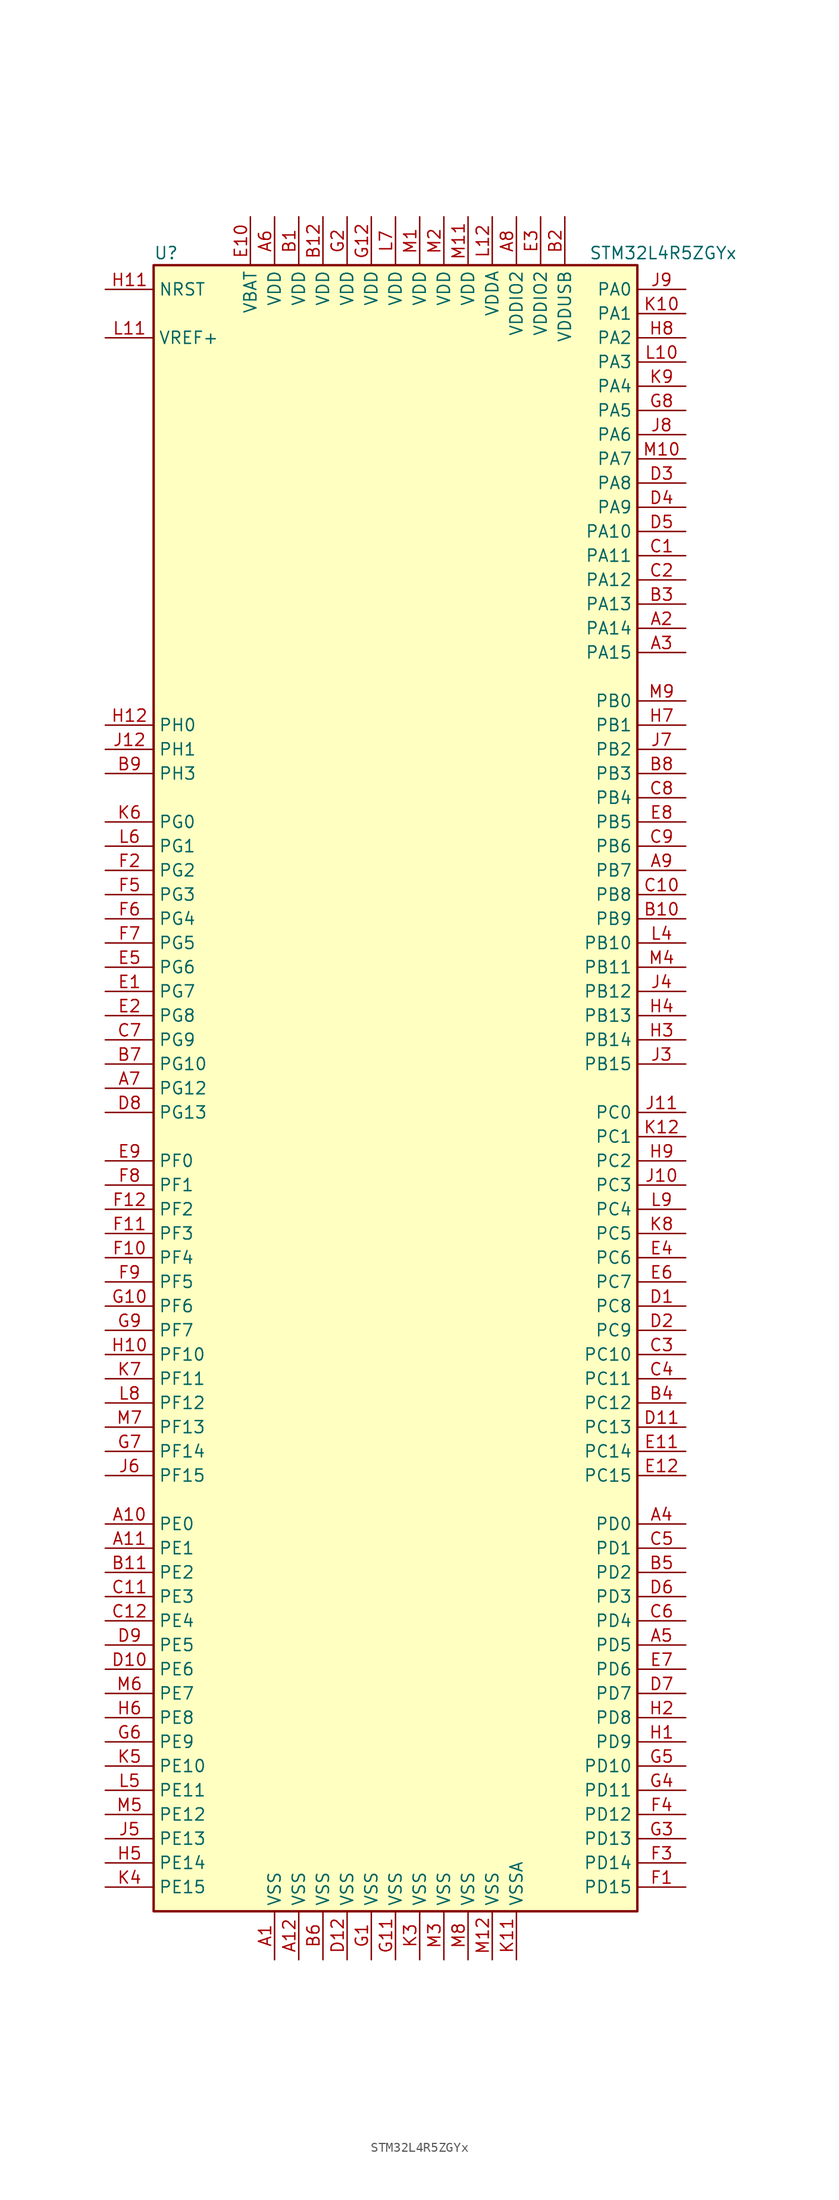
<source format=kicad_sym>
(kicad_symbol_lib
  (version 20200908)
  (generator kicad_symbol_editor)
  (symbol "MCU_ST_STM32L4+:STM32L4R5ZGYx"
    (property "Reference" "U"
      (at -25.4 87.63 0)
      (effects (font (size 1.27 1.27)) (justify left)))
    (property "Value" "STM32L4R5ZGYx"
      (at 20.32 87.63 0)
      (effects (font (size 1.27 1.27)) (justify left)))
    (symbol "STM32L4R5ZGYx_0_1"
      (rectangle (start -25.4 -86.36) (end 25.4 86.36) (stroke (width 0.254)) (fill (type background))))
    (symbol "STM32L4R5ZGYx_1_1"
      (pin unconnected line (at -25.4 -83.82 0) (length 5.08) hide (name "NC" (effects (font (size 1.27 1.27)))) (number "J1" (effects (font (size 1.27 1.27)))))
      (pin unconnected line (at -25.4 -81.28 0) (length 5.08) hide (name "NC" (effects (font (size 1.27 1.27)))) (number "J2" (effects (font (size 1.27 1.27)))))
      (pin unconnected line (at -25.4 -78.74 0) (length 5.08) hide (name "NC" (effects (font (size 1.27 1.27)))) (number "K1" (effects (font (size 1.27 1.27)))))
      (pin unconnected line (at -25.4 -76.2 0) (length 5.08) hide (name "NC" (effects (font (size 1.27 1.27)))) (number "K2" (effects (font (size 1.27 1.27)))))
      (pin unconnected line (at -25.4 -73.66 0) (length 5.08) hide (name "NC" (effects (font (size 1.27 1.27)))) (number "L1" (effects (font (size 1.27 1.27)))))
      (pin unconnected line (at -25.4 -71.12 0) (length 5.08) hide (name "NC" (effects (font (size 1.27 1.27)))) (number "L2" (effects (font (size 1.27 1.27)))))
      (pin unconnected line (at -25.4 -68.58 0) (length 5.08) hide (name "NC" (effects (font (size 1.27 1.27)))) (number "L3" (effects (font (size 1.27 1.27)))))
      (pin input line (at -30.48 83.82 0) (length 5.08) (name "NRST" (effects (font (size 1.27 1.27)))) (number "H11" (effects (font (size 1.27 1.27)))))
      (pin bidirectional line (at 30.48 83.82 180) (length 5.08) (name "PA0" (effects (font (size 1.27 1.27)))) (number "J9" (effects (font (size 1.27 1.27)))))
      (pin bidirectional line (at 30.48 81.28 180) (length 5.08) (name "PA1" (effects (font (size 1.27 1.27)))) (number "K10" (effects (font (size 1.27 1.27)))))
      (pin bidirectional line (at 30.48 58.42 180) (length 5.08) (name "PA10" (effects (font (size 1.27 1.27)))) (number "D5" (effects (font (size 1.27 1.27)))))
      (pin bidirectional line (at 30.48 55.88 180) (length 5.08) (name "PA11" (effects (font (size 1.27 1.27)))) (number "C1" (effects (font (size 1.27 1.27)))))
      (pin bidirectional line (at 30.48 53.34 180) (length 5.08) (name "PA12" (effects (font (size 1.27 1.27)))) (number "C2" (effects (font (size 1.27 1.27)))))
      (pin bidirectional line (at 30.48 50.8 180) (length 5.08) (name "PA13" (effects (font (size 1.27 1.27)))) (number "B3" (effects (font (size 1.27 1.27)))))
      (pin bidirectional line (at 30.48 48.26 180) (length 5.08) (name "PA14" (effects (font (size 1.27 1.27)))) (number "A2" (effects (font (size 1.27 1.27)))))
      (pin bidirectional line (at 30.48 45.72 180) (length 5.08) (name "PA15" (effects (font (size 1.27 1.27)))) (number "A3" (effects (font (size 1.27 1.27)))))
      (pin bidirectional line (at 30.48 78.74 180) (length 5.08) (name "PA2" (effects (font (size 1.27 1.27)))) (number "H8" (effects (font (size 1.27 1.27)))))
      (pin bidirectional line (at 30.48 76.2 180) (length 5.08) (name "PA3" (effects (font (size 1.27 1.27)))) (number "L10" (effects (font (size 1.27 1.27)))))
      (pin bidirectional line (at 30.48 73.66 180) (length 5.08) (name "PA4" (effects (font (size 1.27 1.27)))) (number "K9" (effects (font (size 1.27 1.27)))))
      (pin bidirectional line (at 30.48 71.12 180) (length 5.08) (name "PA5" (effects (font (size 1.27 1.27)))) (number "G8" (effects (font (size 1.27 1.27)))))
      (pin bidirectional line (at 30.48 68.58 180) (length 5.08) (name "PA6" (effects (font (size 1.27 1.27)))) (number "J8" (effects (font (size 1.27 1.27)))))
      (pin bidirectional line (at 30.48 66.04 180) (length 5.08) (name "PA7" (effects (font (size 1.27 1.27)))) (number "M10" (effects (font (size 1.27 1.27)))))
      (pin bidirectional line (at 30.48 63.5 180) (length 5.08) (name "PA8" (effects (font (size 1.27 1.27)))) (number "D3" (effects (font (size 1.27 1.27)))))
      (pin bidirectional line (at 30.48 60.96 180) (length 5.08) (name "PA9" (effects (font (size 1.27 1.27)))) (number "D4" (effects (font (size 1.27 1.27)))))
      (pin bidirectional line (at 30.48 40.64 180) (length 5.08) (name "PB0" (effects (font (size 1.27 1.27)))) (number "M9" (effects (font (size 1.27 1.27)))))
      (pin bidirectional line (at 30.48 38.1 180) (length 5.08) (name "PB1" (effects (font (size 1.27 1.27)))) (number "H7" (effects (font (size 1.27 1.27)))))
      (pin bidirectional line (at 30.48 15.24 180) (length 5.08) (name "PB10" (effects (font (size 1.27 1.27)))) (number "L4" (effects (font (size 1.27 1.27)))))
      (pin bidirectional line (at 30.48 12.7 180) (length 5.08) (name "PB11" (effects (font (size 1.27 1.27)))) (number "M4" (effects (font (size 1.27 1.27)))))
      (pin bidirectional line (at 30.48 10.16 180) (length 5.08) (name "PB12" (effects (font (size 1.27 1.27)))) (number "J4" (effects (font (size 1.27 1.27)))))
      (pin bidirectional line (at 30.48 7.62 180) (length 5.08) (name "PB13" (effects (font (size 1.27 1.27)))) (number "H4" (effects (font (size 1.27 1.27)))))
      (pin bidirectional line (at 30.48 5.08 180) (length 5.08) (name "PB14" (effects (font (size 1.27 1.27)))) (number "H3" (effects (font (size 1.27 1.27)))))
      (pin bidirectional line (at 30.48 2.54 180) (length 5.08) (name "PB15" (effects (font (size 1.27 1.27)))) (number "J3" (effects (font (size 1.27 1.27)))))
      (pin bidirectional line (at 30.48 35.56 180) (length 5.08) (name "PB2" (effects (font (size 1.27 1.27)))) (number "J7" (effects (font (size 1.27 1.27)))))
      (pin bidirectional line (at 30.48 33.02 180) (length 5.08) (name "PB3" (effects (font (size 1.27 1.27)))) (number "B8" (effects (font (size 1.27 1.27)))))
      (pin bidirectional line (at 30.48 30.48 180) (length 5.08) (name "PB4" (effects (font (size 1.27 1.27)))) (number "C8" (effects (font (size 1.27 1.27)))))
      (pin bidirectional line (at 30.48 27.94 180) (length 5.08) (name "PB5" (effects (font (size 1.27 1.27)))) (number "E8" (effects (font (size 1.27 1.27)))))
      (pin bidirectional line (at 30.48 25.4 180) (length 5.08) (name "PB6" (effects (font (size 1.27 1.27)))) (number "C9" (effects (font (size 1.27 1.27)))))
      (pin bidirectional line (at 30.48 22.86 180) (length 5.08) (name "PB7" (effects (font (size 1.27 1.27)))) (number "A9" (effects (font (size 1.27 1.27)))))
      (pin bidirectional line (at 30.48 20.32 180) (length 5.08) (name "PB8" (effects (font (size 1.27 1.27)))) (number "C10" (effects (font (size 1.27 1.27)))))
      (pin bidirectional line (at 30.48 17.78 180) (length 5.08) (name "PB9" (effects (font (size 1.27 1.27)))) (number "B10" (effects (font (size 1.27 1.27)))))
      (pin bidirectional line (at 30.48 -2.54 180) (length 5.08) (name "PC0" (effects (font (size 1.27 1.27)))) (number "J11" (effects (font (size 1.27 1.27)))))
      (pin bidirectional line (at 30.48 -5.08 180) (length 5.08) (name "PC1" (effects (font (size 1.27 1.27)))) (number "K12" (effects (font (size 1.27 1.27)))))
      (pin bidirectional line (at 30.48 -27.94 180) (length 5.08) (name "PC10" (effects (font (size 1.27 1.27)))) (number "C3" (effects (font (size 1.27 1.27)))))
      (pin bidirectional line (at 30.48 -30.48 180) (length 5.08) (name "PC11" (effects (font (size 1.27 1.27)))) (number "C4" (effects (font (size 1.27 1.27)))))
      (pin bidirectional line (at 30.48 -33.02 180) (length 5.08) (name "PC12" (effects (font (size 1.27 1.27)))) (number "B4" (effects (font (size 1.27 1.27)))))
      (pin bidirectional line (at 30.48 -35.56 180) (length 5.08) (name "PC13" (effects (font (size 1.27 1.27)))) (number "D11" (effects (font (size 1.27 1.27)))))
      (pin bidirectional line (at 30.48 -38.1 180) (length 5.08) (name "PC14" (effects (font (size 1.27 1.27)))) (number "E11" (effects (font (size 1.27 1.27)))))
      (pin bidirectional line (at 30.48 -40.64 180) (length 5.08) (name "PC15" (effects (font (size 1.27 1.27)))) (number "E12" (effects (font (size 1.27 1.27)))))
      (pin bidirectional line (at 30.48 -7.62 180) (length 5.08) (name "PC2" (effects (font (size 1.27 1.27)))) (number "H9" (effects (font (size 1.27 1.27)))))
      (pin bidirectional line (at 30.48 -10.16 180) (length 5.08) (name "PC3" (effects (font (size 1.27 1.27)))) (number "J10" (effects (font (size 1.27 1.27)))))
      (pin bidirectional line (at 30.48 -12.7 180) (length 5.08) (name "PC4" (effects (font (size 1.27 1.27)))) (number "L9" (effects (font (size 1.27 1.27)))))
      (pin bidirectional line (at 30.48 -15.24 180) (length 5.08) (name "PC5" (effects (font (size 1.27 1.27)))) (number "K8" (effects (font (size 1.27 1.27)))))
      (pin bidirectional line (at 30.48 -17.78 180) (length 5.08) (name "PC6" (effects (font (size 1.27 1.27)))) (number "E4" (effects (font (size 1.27 1.27)))))
      (pin bidirectional line (at 30.48 -20.32 180) (length 5.08) (name "PC7" (effects (font (size 1.27 1.27)))) (number "E6" (effects (font (size 1.27 1.27)))))
      (pin bidirectional line (at 30.48 -22.86 180) (length 5.08) (name "PC8" (effects (font (size 1.27 1.27)))) (number "D1" (effects (font (size 1.27 1.27)))))
      (pin bidirectional line (at 30.48 -25.4 180) (length 5.08) (name "PC9" (effects (font (size 1.27 1.27)))) (number "D2" (effects (font (size 1.27 1.27)))))
      (pin bidirectional line (at 30.48 -45.72 180) (length 5.08) (name "PD0" (effects (font (size 1.27 1.27)))) (number "A4" (effects (font (size 1.27 1.27)))))
      (pin bidirectional line (at 30.48 -48.26 180) (length 5.08) (name "PD1" (effects (font (size 1.27 1.27)))) (number "C5" (effects (font (size 1.27 1.27)))))
      (pin bidirectional line (at 30.48 -71.12 180) (length 5.08) (name "PD10" (effects (font (size 1.27 1.27)))) (number "G5" (effects (font (size 1.27 1.27)))))
      (pin bidirectional line (at 30.48 -73.66 180) (length 5.08) (name "PD11" (effects (font (size 1.27 1.27)))) (number "G4" (effects (font (size 1.27 1.27)))))
      (pin bidirectional line (at 30.48 -76.2 180) (length 5.08) (name "PD12" (effects (font (size 1.27 1.27)))) (number "F4" (effects (font (size 1.27 1.27)))))
      (pin bidirectional line (at 30.48 -78.74 180) (length 5.08) (name "PD13" (effects (font (size 1.27 1.27)))) (number "G3" (effects (font (size 1.27 1.27)))))
      (pin bidirectional line (at 30.48 -81.28 180) (length 5.08) (name "PD14" (effects (font (size 1.27 1.27)))) (number "F3" (effects (font (size 1.27 1.27)))))
      (pin bidirectional line (at 30.48 -83.82 180) (length 5.08) (name "PD15" (effects (font (size 1.27 1.27)))) (number "F1" (effects (font (size 1.27 1.27)))))
      (pin bidirectional line (at 30.48 -50.8 180) (length 5.08) (name "PD2" (effects (font (size 1.27 1.27)))) (number "B5" (effects (font (size 1.27 1.27)))))
      (pin bidirectional line (at 30.48 -53.34 180) (length 5.08) (name "PD3" (effects (font (size 1.27 1.27)))) (number "D6" (effects (font (size 1.27 1.27)))))
      (pin bidirectional line (at 30.48 -55.88 180) (length 5.08) (name "PD4" (effects (font (size 1.27 1.27)))) (number "C6" (effects (font (size 1.27 1.27)))))
      (pin bidirectional line (at 30.48 -58.42 180) (length 5.08) (name "PD5" (effects (font (size 1.27 1.27)))) (number "A5" (effects (font (size 1.27 1.27)))))
      (pin bidirectional line (at 30.48 -60.96 180) (length 5.08) (name "PD6" (effects (font (size 1.27 1.27)))) (number "E7" (effects (font (size 1.27 1.27)))))
      (pin bidirectional line (at 30.48 -63.5 180) (length 5.08) (name "PD7" (effects (font (size 1.27 1.27)))) (number "D7" (effects (font (size 1.27 1.27)))))
      (pin bidirectional line (at 30.48 -66.04 180) (length 5.08) (name "PD8" (effects (font (size 1.27 1.27)))) (number "H2" (effects (font (size 1.27 1.27)))))
      (pin bidirectional line (at 30.48 -68.58 180) (length 5.08) (name "PD9" (effects (font (size 1.27 1.27)))) (number "H1" (effects (font (size 1.27 1.27)))))
      (pin bidirectional line (at -30.48 -45.72 0) (length 5.08) (name "PE0" (effects (font (size 1.27 1.27)))) (number "A10" (effects (font (size 1.27 1.27)))))
      (pin bidirectional line (at -30.48 -48.26 0) (length 5.08) (name "PE1" (effects (font (size 1.27 1.27)))) (number "A11" (effects (font (size 1.27 1.27)))))
      (pin bidirectional line (at -30.48 -71.12 0) (length 5.08) (name "PE10" (effects (font (size 1.27 1.27)))) (number "K5" (effects (font (size 1.27 1.27)))))
      (pin bidirectional line (at -30.48 -73.66 0) (length 5.08) (name "PE11" (effects (font (size 1.27 1.27)))) (number "L5" (effects (font (size 1.27 1.27)))))
      (pin bidirectional line (at -30.48 -76.2 0) (length 5.08) (name "PE12" (effects (font (size 1.27 1.27)))) (number "M5" (effects (font (size 1.27 1.27)))))
      (pin bidirectional line (at -30.48 -78.74 0) (length 5.08) (name "PE13" (effects (font (size 1.27 1.27)))) (number "J5" (effects (font (size 1.27 1.27)))))
      (pin bidirectional line (at -30.48 -81.28 0) (length 5.08) (name "PE14" (effects (font (size 1.27 1.27)))) (number "H5" (effects (font (size 1.27 1.27)))))
      (pin bidirectional line (at -30.48 -83.82 0) (length 5.08) (name "PE15" (effects (font (size 1.27 1.27)))) (number "K4" (effects (font (size 1.27 1.27)))))
      (pin bidirectional line (at -30.48 -50.8 0) (length 5.08) (name "PE2" (effects (font (size 1.27 1.27)))) (number "B11" (effects (font (size 1.27 1.27)))))
      (pin bidirectional line (at -30.48 -53.34 0) (length 5.08) (name "PE3" (effects (font (size 1.27 1.27)))) (number "C11" (effects (font (size 1.27 1.27)))))
      (pin bidirectional line (at -30.48 -55.88 0) (length 5.08) (name "PE4" (effects (font (size 1.27 1.27)))) (number "C12" (effects (font (size 1.27 1.27)))))
      (pin bidirectional line (at -30.48 -58.42 0) (length 5.08) (name "PE5" (effects (font (size 1.27 1.27)))) (number "D9" (effects (font (size 1.27 1.27)))))
      (pin bidirectional line (at -30.48 -60.96 0) (length 5.08) (name "PE6" (effects (font (size 1.27 1.27)))) (number "D10" (effects (font (size 1.27 1.27)))))
      (pin bidirectional line (at -30.48 -63.5 0) (length 5.08) (name "PE7" (effects (font (size 1.27 1.27)))) (number "M6" (effects (font (size 1.27 1.27)))))
      (pin bidirectional line (at -30.48 -66.04 0) (length 5.08) (name "PE8" (effects (font (size 1.27 1.27)))) (number "H6" (effects (font (size 1.27 1.27)))))
      (pin bidirectional line (at -30.48 -68.58 0) (length 5.08) (name "PE9" (effects (font (size 1.27 1.27)))) (number "G6" (effects (font (size 1.27 1.27)))))
      (pin bidirectional line (at -30.48 -7.62 0) (length 5.08) (name "PF0" (effects (font (size 1.27 1.27)))) (number "E9" (effects (font (size 1.27 1.27)))))
      (pin bidirectional line (at -30.48 -10.16 0) (length 5.08) (name "PF1" (effects (font (size 1.27 1.27)))) (number "F8" (effects (font (size 1.27 1.27)))))
      (pin bidirectional line (at -30.48 -27.94 0) (length 5.08) (name "PF10" (effects (font (size 1.27 1.27)))) (number "H10" (effects (font (size 1.27 1.27)))))
      (pin bidirectional line (at -30.48 -30.48 0) (length 5.08) (name "PF11" (effects (font (size 1.27 1.27)))) (number "K7" (effects (font (size 1.27 1.27)))))
      (pin bidirectional line (at -30.48 -33.02 0) (length 5.08) (name "PF12" (effects (font (size 1.27 1.27)))) (number "L8" (effects (font (size 1.27 1.27)))))
      (pin bidirectional line (at -30.48 -35.56 0) (length 5.08) (name "PF13" (effects (font (size 1.27 1.27)))) (number "M7" (effects (font (size 1.27 1.27)))))
      (pin bidirectional line (at -30.48 -38.1 0) (length 5.08) (name "PF14" (effects (font (size 1.27 1.27)))) (number "G7" (effects (font (size 1.27 1.27)))))
      (pin bidirectional line (at -30.48 -40.64 0) (length 5.08) (name "PF15" (effects (font (size 1.27 1.27)))) (number "J6" (effects (font (size 1.27 1.27)))))
      (pin bidirectional line (at -30.48 -12.7 0) (length 5.08) (name "PF2" (effects (font (size 1.27 1.27)))) (number "F12" (effects (font (size 1.27 1.27)))))
      (pin bidirectional line (at -30.48 -15.24 0) (length 5.08) (name "PF3" (effects (font (size 1.27 1.27)))) (number "F11" (effects (font (size 1.27 1.27)))))
      (pin bidirectional line (at -30.48 -17.78 0) (length 5.08) (name "PF4" (effects (font (size 1.27 1.27)))) (number "F10" (effects (font (size 1.27 1.27)))))
      (pin bidirectional line (at -30.48 -20.32 0) (length 5.08) (name "PF5" (effects (font (size 1.27 1.27)))) (number "F9" (effects (font (size 1.27 1.27)))))
      (pin bidirectional line (at -30.48 -22.86 0) (length 5.08) (name "PF6" (effects (font (size 1.27 1.27)))) (number "G10" (effects (font (size 1.27 1.27)))))
      (pin bidirectional line (at -30.48 -25.4 0) (length 5.08) (name "PF7" (effects (font (size 1.27 1.27)))) (number "G9" (effects (font (size 1.27 1.27)))))
      (pin bidirectional line (at -30.48 27.94 0) (length 5.08) (name "PG0" (effects (font (size 1.27 1.27)))) (number "K6" (effects (font (size 1.27 1.27)))))
      (pin bidirectional line (at -30.48 25.4 0) (length 5.08) (name "PG1" (effects (font (size 1.27 1.27)))) (number "L6" (effects (font (size 1.27 1.27)))))
      (pin bidirectional line (at -30.48 2.54 0) (length 5.08) (name "PG10" (effects (font (size 1.27 1.27)))) (number "B7" (effects (font (size 1.27 1.27)))))
      (pin bidirectional line (at -30.48 0 0) (length 5.08) (name "PG12" (effects (font (size 1.27 1.27)))) (number "A7" (effects (font (size 1.27 1.27)))))
      (pin bidirectional line (at -30.48 -2.54 0) (length 5.08) (name "PG13" (effects (font (size 1.27 1.27)))) (number "D8" (effects (font (size 1.27 1.27)))))
      (pin bidirectional line (at -30.48 22.86 0) (length 5.08) (name "PG2" (effects (font (size 1.27 1.27)))) (number "F2" (effects (font (size 1.27 1.27)))))
      (pin bidirectional line (at -30.48 20.32 0) (length 5.08) (name "PG3" (effects (font (size 1.27 1.27)))) (number "F5" (effects (font (size 1.27 1.27)))))
      (pin bidirectional line (at -30.48 17.78 0) (length 5.08) (name "PG4" (effects (font (size 1.27 1.27)))) (number "F6" (effects (font (size 1.27 1.27)))))
      (pin bidirectional line (at -30.48 15.24 0) (length 5.08) (name "PG5" (effects (font (size 1.27 1.27)))) (number "F7" (effects (font (size 1.27 1.27)))))
      (pin bidirectional line (at -30.48 12.7 0) (length 5.08) (name "PG6" (effects (font (size 1.27 1.27)))) (number "E5" (effects (font (size 1.27 1.27)))))
      (pin bidirectional line (at -30.48 10.16 0) (length 5.08) (name "PG7" (effects (font (size 1.27 1.27)))) (number "E1" (effects (font (size 1.27 1.27)))))
      (pin bidirectional line (at -30.48 7.62 0) (length 5.08) (name "PG8" (effects (font (size 1.27 1.27)))) (number "E2" (effects (font (size 1.27 1.27)))))
      (pin bidirectional line (at -30.48 5.08 0) (length 5.08) (name "PG9" (effects (font (size 1.27 1.27)))) (number "C7" (effects (font (size 1.27 1.27)))))
      (pin input line (at -30.48 38.1 0) (length 5.08) (name "PH0" (effects (font (size 1.27 1.27)))) (number "H12" (effects (font (size 1.27 1.27)))))
      (pin input line (at -30.48 35.56 0) (length 5.08) (name "PH1" (effects (font (size 1.27 1.27)))) (number "J12" (effects (font (size 1.27 1.27)))))
      (pin bidirectional line (at -30.48 33.02 0) (length 5.08) (name "PH3" (effects (font (size 1.27 1.27)))) (number "B9" (effects (font (size 1.27 1.27)))))
      (pin power_in line (at -15.24 91.44 270) (length 5.08) (name "VBAT" (effects (font (size 1.27 1.27)))) (number "E10" (effects (font (size 1.27 1.27)))))
      (pin power_in line (at -12.7 91.44 270) (length 5.08) (name "VDD" (effects (font (size 1.27 1.27)))) (number "A6" (effects (font (size 1.27 1.27)))))
      (pin power_in line (at -10.16 91.44 270) (length 5.08) (name "VDD" (effects (font (size 1.27 1.27)))) (number "B1" (effects (font (size 1.27 1.27)))))
      (pin power_in line (at -7.62 91.44 270) (length 5.08) (name "VDD" (effects (font (size 1.27 1.27)))) (number "B12" (effects (font (size 1.27 1.27)))))
      (pin power_in line (at -2.54 91.44 270) (length 5.08) (name "VDD" (effects (font (size 1.27 1.27)))) (number "G12" (effects (font (size 1.27 1.27)))))
      (pin power_in line (at -5.08 91.44 270) (length 5.08) (name "VDD" (effects (font (size 1.27 1.27)))) (number "G2" (effects (font (size 1.27 1.27)))))
      (pin power_in line (at 0 91.44 270) (length 5.08) (name "VDD" (effects (font (size 1.27 1.27)))) (number "L7" (effects (font (size 1.27 1.27)))))
      (pin power_in line (at 2.54 91.44 270) (length 5.08) (name "VDD" (effects (font (size 1.27 1.27)))) (number "M1" (effects (font (size 1.27 1.27)))))
      (pin power_in line (at 7.62 91.44 270) (length 5.08) (name "VDD" (effects (font (size 1.27 1.27)))) (number "M11" (effects (font (size 1.27 1.27)))))
      (pin power_in line (at 5.08 91.44 270) (length 5.08) (name "VDD" (effects (font (size 1.27 1.27)))) (number "M2" (effects (font (size 1.27 1.27)))))
      (pin power_in line (at 10.16 91.44 270) (length 5.08) (name "VDDA" (effects (font (size 1.27 1.27)))) (number "L12" (effects (font (size 1.27 1.27)))))
      (pin power_in line (at 12.7 91.44 270) (length 5.08) (name "VDDIO2" (effects (font (size 1.27 1.27)))) (number "A8" (effects (font (size 1.27 1.27)))))
      (pin power_in line (at 15.24 91.44 270) (length 5.08) (name "VDDIO2" (effects (font (size 1.27 1.27)))) (number "E3" (effects (font (size 1.27 1.27)))))
      (pin power_in line (at 17.78 91.44 270) (length 5.08) (name "VDDUSB" (effects (font (size 1.27 1.27)))) (number "B2" (effects (font (size 1.27 1.27)))))
      (pin bidirectional line (at -30.48 78.74 0) (length 5.08) (name "VREF+" (effects (font (size 1.27 1.27)))) (number "L11" (effects (font (size 1.27 1.27)))))
      (pin power_in line (at -12.7 -91.44 90) (length 5.08) (name "VSS" (effects (font (size 1.27 1.27)))) (number "A1" (effects (font (size 1.27 1.27)))))
      (pin power_in line (at -10.16 -91.44 90) (length 5.08) (name "VSS" (effects (font (size 1.27 1.27)))) (number "A12" (effects (font (size 1.27 1.27)))))
      (pin power_in line (at -7.62 -91.44 90) (length 5.08) (name "VSS" (effects (font (size 1.27 1.27)))) (number "B6" (effects (font (size 1.27 1.27)))))
      (pin power_in line (at -5.08 -91.44 90) (length 5.08) (name "VSS" (effects (font (size 1.27 1.27)))) (number "D12" (effects (font (size 1.27 1.27)))))
      (pin power_in line (at -2.54 -91.44 90) (length 5.08) (name "VSS" (effects (font (size 1.27 1.27)))) (number "G1" (effects (font (size 1.27 1.27)))))
      (pin power_in line (at 0 -91.44 90) (length 5.08) (name "VSS" (effects (font (size 1.27 1.27)))) (number "G11" (effects (font (size 1.27 1.27)))))
      (pin power_in line (at 2.54 -91.44 90) (length 5.08) (name "VSS" (effects (font (size 1.27 1.27)))) (number "K3" (effects (font (size 1.27 1.27)))))
      (pin power_in line (at 10.16 -91.44 90) (length 5.08) (name "VSS" (effects (font (size 1.27 1.27)))) (number "M12" (effects (font (size 1.27 1.27)))))
      (pin power_in line (at 5.08 -91.44 90) (length 5.08) (name "VSS" (effects (font (size 1.27 1.27)))) (number "M3" (effects (font (size 1.27 1.27)))))
      (pin power_in line (at 7.62 -91.44 90) (length 5.08) (name "VSS" (effects (font (size 1.27 1.27)))) (number "M8" (effects (font (size 1.27 1.27)))))
      (pin power_in line (at 12.7 -91.44 90) (length 5.08) (name "VSSA" (effects (font (size 1.27 1.27)))) (number "K11" (effects (font (size 1.27 1.27))))))))
</source>
